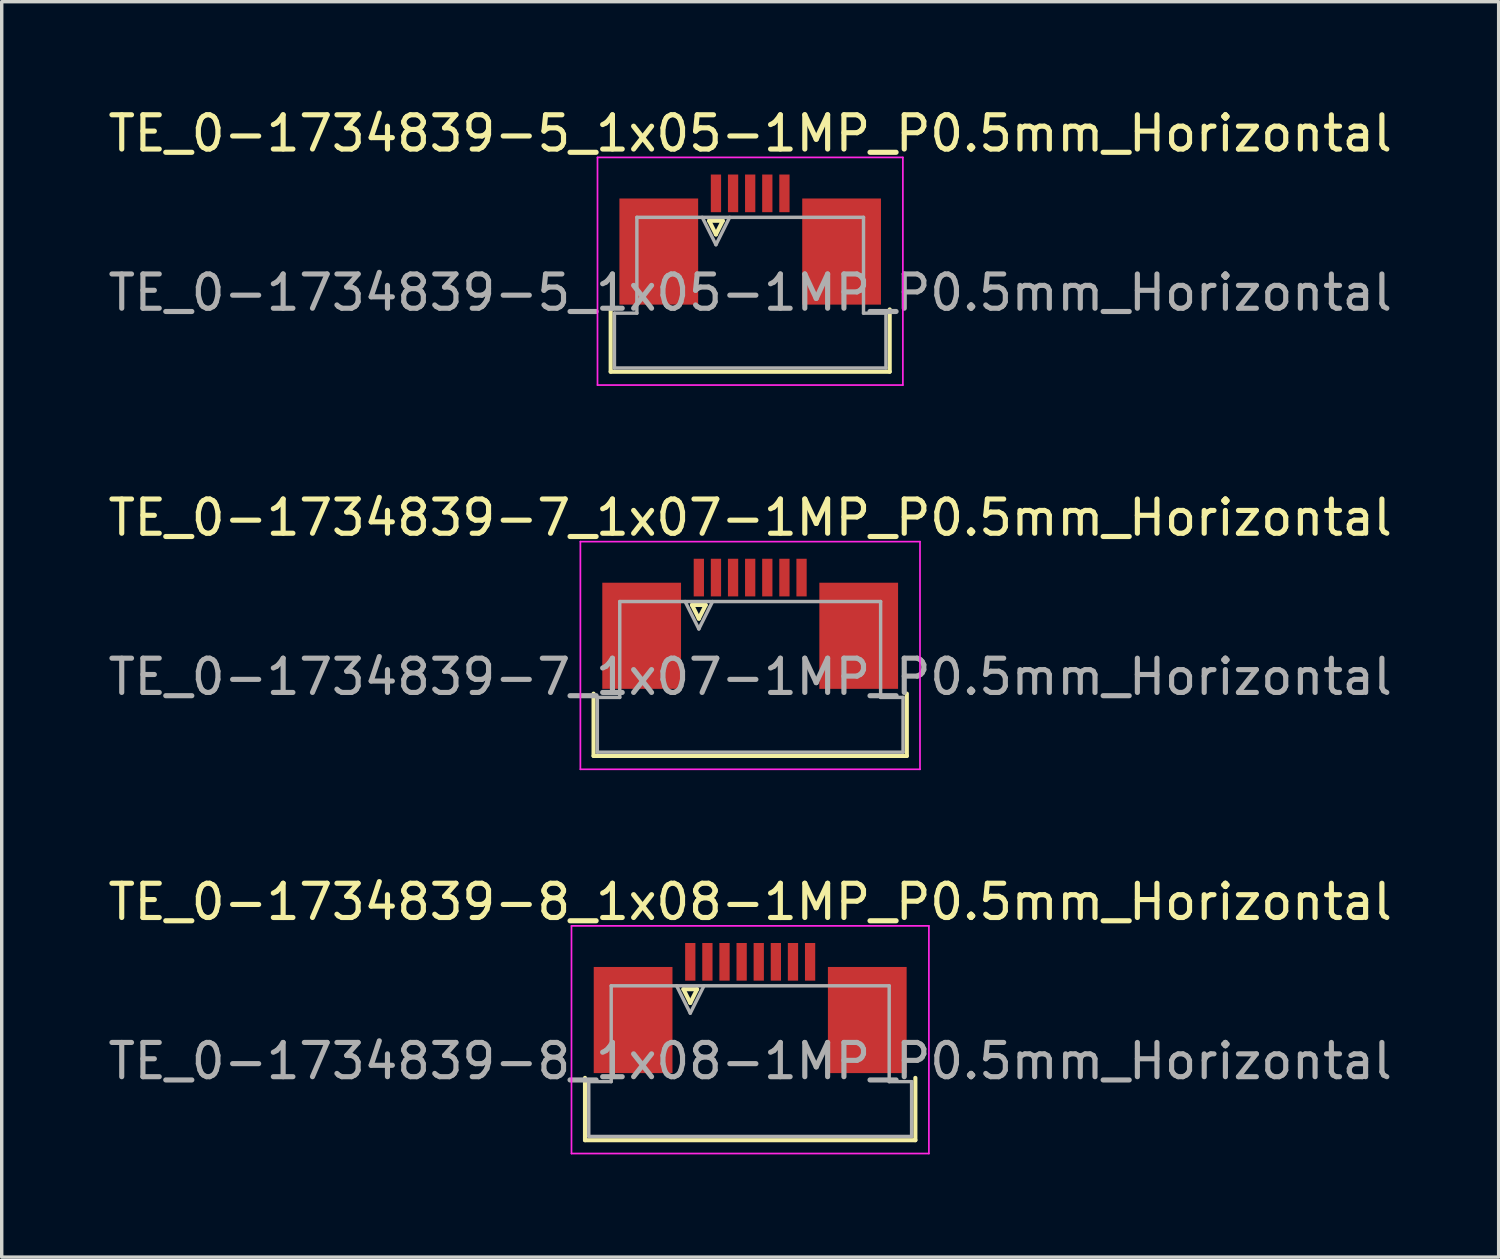
<source format=kicad_pcb>
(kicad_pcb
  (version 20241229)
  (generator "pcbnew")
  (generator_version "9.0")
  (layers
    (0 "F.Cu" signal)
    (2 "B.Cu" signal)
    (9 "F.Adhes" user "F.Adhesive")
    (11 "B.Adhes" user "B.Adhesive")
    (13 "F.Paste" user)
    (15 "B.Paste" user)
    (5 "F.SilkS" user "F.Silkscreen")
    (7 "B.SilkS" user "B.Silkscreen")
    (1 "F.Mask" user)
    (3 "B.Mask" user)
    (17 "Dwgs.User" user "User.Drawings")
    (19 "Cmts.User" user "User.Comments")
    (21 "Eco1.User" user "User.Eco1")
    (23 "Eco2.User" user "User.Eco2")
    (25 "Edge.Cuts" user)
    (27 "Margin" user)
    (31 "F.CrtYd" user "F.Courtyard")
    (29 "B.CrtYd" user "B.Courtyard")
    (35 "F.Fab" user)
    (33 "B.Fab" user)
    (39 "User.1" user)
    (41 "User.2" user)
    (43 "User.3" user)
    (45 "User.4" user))
  (footprint "TE_0-1734839-8_1x08-1MP_P0.5mm_Horizontal"
    (layer "F.Cu")
    (at 18.863 26.845)
    (property "Reference" "TE_0-1734839-8_1x08-1MP_P0.5mm_Horizontal" (at 0 -3.55 0) (layer "F.SilkS") (effects (font (size 1 1) (thickness 0.15))))
    (attr smd)
    (fp_line (start -4.825 3.41) (end -4.825 1.59) (stroke (width 0.12) (type solid)) (layer "F.SilkS"))
    (fp_line (start -1.95 -1) (end -1.75 -0.6) (stroke (width 0.12) (type solid)) (layer "F.SilkS"))
    (fp_line (start -1.75 -0.6) (end -1.55 -1) (stroke (width 0.12) (type solid)) (layer "F.SilkS"))
    (fp_line (start -1.55 -1) (end -1.95 -1) (stroke (width 0.12) (type solid)) (layer "F.SilkS"))
    (fp_line (start 4.825 1.59) (end 4.825 3.41) (stroke (width 0.12) (type solid)) (layer "F.SilkS"))
    (fp_line (start 4.825 3.41) (end -4.825 3.41) (stroke (width 0.12) (type solid)) (layer "F.SilkS"))
    (fp_line (start -5.22 -2.85) (end -5.22 3.8) (stroke (width 0.05) (type solid)) (layer "F.CrtYd"))
    (fp_line (start -5.22 3.8) (end 5.22 3.8) (stroke (width 0.05) (type solid)) (layer "F.CrtYd"))
    (fp_line (start 5.22 -2.85) (end -5.22 -2.85) (stroke (width 0.05) (type solid)) (layer "F.CrtYd"))
    (fp_line (start 5.22 3.8) (end 5.22 -2.85) (stroke (width 0.05) (type solid)) (layer "F.CrtYd"))
    (fp_line (start -4.715 1.7) (end -4.06 1.7) (stroke (width 0.1) (type solid)) (layer "F.Fab"))
    (fp_line (start -4.715 3.3) (end -4.715 1.7) (stroke (width 0.1) (type solid)) (layer "F.Fab"))
    (fp_line (start -4.06 -1.1) (end 4.06 -1.1) (stroke (width 0.1) (type solid)) (layer "F.Fab"))
    (fp_line (start -4.06 1.7) (end -4.06 -1.1) (stroke (width 0.1) (type solid)) (layer "F.Fab"))
    (fp_line (start -2.15 -1.1) (end -1.75 -0.3) (stroke (width 0.1) (type solid)) (layer "F.Fab"))
    (fp_line (start -1.75 -0.3) (end -1.35 -1.1) (stroke (width 0.1) (type solid)) (layer "F.Fab"))
    (fp_line (start 4.06 -1.1) (end 4.06 1.7) (stroke (width 0.1) (type solid)) (layer "F.Fab"))
    (fp_line (start 4.06 1.7) (end 4.715 1.7) (stroke (width 0.1) (type solid)) (layer "F.Fab"))
    (fp_line (start 4.715 1.7) (end 4.715 3.3) (stroke (width 0.1) (type solid)) (layer "F.Fab"))
    (fp_line (start 4.715 3.3) (end -4.715 3.3) (stroke (width 0.1) (type solid)) (layer "F.Fab"))
    (fp_text user "${REFERENCE}" (at 0 1.1 0) (layer "F.Fab") (effects (font (size 1 1) (thickness 0.15))))
    (pad "1" smd rect (at -1.75 -1.8) (size 0.3 1.1) (layers "F.Cu" "F.Mask" "F.Paste"))
    (pad "2" smd rect (at -1.25 -1.8) (size 0.3 1.1) (layers "F.Cu" "F.Mask" "F.Paste"))
    (pad "3" smd rect (at -0.75 -1.8) (size 0.3 1.1) (layers "F.Cu" "F.Mask" "F.Paste"))
    (pad "4" smd rect (at -0.25 -1.8) (size 0.3 1.1) (layers "F.Cu" "F.Mask" "F.Paste"))
    (pad "5" smd rect (at 0.25 -1.8) (size 0.3 1.1) (layers "F.Cu" "F.Mask" "F.Paste"))
    (pad "6" smd rect (at 0.75 -1.8) (size 0.3 1.1) (layers "F.Cu" "F.Mask" "F.Paste"))
    (pad "7" smd rect (at 1.25 -1.8) (size 0.3 1.1) (layers "F.Cu" "F.Mask" "F.Paste"))
    (pad "8" smd rect (at 1.75 -1.8) (size 0.3 1.1) (layers "F.Cu" "F.Mask" "F.Paste"))
    (pad "MP" smd rect (at -3.42 -0.1) (size 2.3 3.1) (layers "F.Cu" "F.Mask" "F.Paste"))
    (pad "MP" smd rect (at 3.42 -0.1) (size 2.3 3.1) (layers "F.Cu" "F.Mask" "F.Paste")))
  (footprint "TE_0-1734839-7_1x07-1MP_P0.5mm_Horizontal"
    (layer "F.Cu")
    (at 18.863 15.171)
    (property "Reference" "TE_0-1734839-7_1x07-1MP_P0.5mm_Horizontal" (at 0 -3.1 0) (layer "F.SilkS") (effects (font (size 1 1) (thickness 0.15))))
    (attr smd)
    (fp_line (start -4.575 3.86) (end -4.575 2.04) (stroke (width 0.12) (type solid)) (layer "F.SilkS"))
    (fp_line (start -1.7 -0.55) (end -1.5 -0.15) (stroke (width 0.12) (type solid)) (layer "F.SilkS"))
    (fp_line (start -1.5 -0.15) (end -1.3 -0.55) (stroke (width 0.12) (type solid)) (layer "F.SilkS"))
    (fp_line (start -1.3 -0.55) (end -1.7 -0.55) (stroke (width 0.12) (type solid)) (layer "F.SilkS"))
    (fp_line (start 4.575 2.04) (end 4.575 3.86) (stroke (width 0.12) (type solid)) (layer "F.SilkS"))
    (fp_line (start 4.575 3.86) (end -4.575 3.86) (stroke (width 0.12) (type solid)) (layer "F.SilkS"))
    (fp_line (start -4.96 -2.4) (end -4.96 4.25) (stroke (width 0.05) (type solid)) (layer "F.CrtYd"))
    (fp_line (start -4.96 4.25) (end 4.96 4.25) (stroke (width 0.05) (type solid)) (layer "F.CrtYd"))
    (fp_line (start 4.96 -2.4) (end -4.96 -2.4) (stroke (width 0.05) (type solid)) (layer "F.CrtYd"))
    (fp_line (start 4.96 4.25) (end 4.96 -2.4) (stroke (width 0.05) (type solid)) (layer "F.CrtYd"))
    (fp_line (start -4.465 2.15) (end -3.81 2.15) (stroke (width 0.1) (type solid)) (layer "F.Fab"))
    (fp_line (start -4.465 3.75) (end -4.465 2.15) (stroke (width 0.1) (type solid)) (layer "F.Fab"))
    (fp_line (start -3.81 -0.65) (end 3.81 -0.65) (stroke (width 0.1) (type solid)) (layer "F.Fab"))
    (fp_line (start -3.81 2.15) (end -3.81 -0.65) (stroke (width 0.1) (type solid)) (layer "F.Fab"))
    (fp_line (start -1.9 -0.65) (end -1.5 0.15) (stroke (width 0.1) (type solid)) (layer "F.Fab"))
    (fp_line (start -1.5 0.15) (end -1.1 -0.65) (stroke (width 0.1) (type solid)) (layer "F.Fab"))
    (fp_line (start 3.81 -0.65) (end 3.81 2.15) (stroke (width 0.1) (type solid)) (layer "F.Fab"))
    (fp_line (start 3.81 2.15) (end 4.465 2.15) (stroke (width 0.1) (type solid)) (layer "F.Fab"))
    (fp_line (start 4.465 2.15) (end 4.465 3.75) (stroke (width 0.1) (type solid)) (layer "F.Fab"))
    (fp_line (start 4.465 3.75) (end -4.465 3.75) (stroke (width 0.1) (type solid)) (layer "F.Fab"))
    (fp_text user "${REFERENCE}" (at 0 1.55 0) (layer "F.Fab") (effects (font (size 1 1) (thickness 0.15))))
    (pad "1" smd rect (at -1.5 -1.35) (size 0.3 1.1) (layers "F.Cu" "F.Mask" "F.Paste"))
    (pad "2" smd rect (at -1 -1.35) (size 0.3 1.1) (layers "F.Cu" "F.Mask" "F.Paste"))
    (pad "3" smd rect (at -0.5 -1.35) (size 0.3 1.1) (layers "F.Cu" "F.Mask" "F.Paste"))
    (pad "4" smd rect (at 0 -1.35) (size 0.3 1.1) (layers "F.Cu" "F.Mask" "F.Paste"))
    (pad "5" smd rect (at 0.5 -1.35) (size 0.3 1.1) (layers "F.Cu" "F.Mask" "F.Paste"))
    (pad "6" smd rect (at 1 -1.35) (size 0.3 1.1) (layers "F.Cu" "F.Mask" "F.Paste"))
    (pad "7" smd rect (at 1.5 -1.35) (size 0.3 1.1) (layers "F.Cu" "F.Mask" "F.Paste"))
    (pad "MP" smd rect (at -3.17 0.35) (size 2.3 3.1) (layers "F.Cu" "F.Mask" "F.Paste"))
    (pad "MP" smd rect (at 3.17 0.35) (size 2.3 3.1) (layers "F.Cu" "F.Mask" "F.Paste")))
  (footprint "TE_0-1734839-5_1x05-1MP_P0.5mm_Horizontal"
    (layer "F.Cu")
    (at 18.863 3.948)
    (property "Reference" "TE_0-1734839-5_1x05-1MP_P0.5mm_Horizontal" (at 0 -3.1 0) (layer "F.SilkS") (effects (font (size 1 1) (thickness 0.15))))
    (attr smd)
    (fp_line (start -4.075 3.86) (end -4.075 2.04) (stroke (width 0.12) (type solid)) (layer "F.SilkS"))
    (fp_line (start -1.2 -0.55) (end -1 -0.15) (stroke (width 0.12) (type solid)) (layer "F.SilkS"))
    (fp_line (start -1 -0.15) (end -0.8 -0.55) (stroke (width 0.12) (type solid)) (layer "F.SilkS"))
    (fp_line (start -0.8 -0.55) (end -1.2 -0.55) (stroke (width 0.12) (type solid)) (layer "F.SilkS"))
    (fp_line (start 4.075 2.04) (end 4.075 3.86) (stroke (width 0.12) (type solid)) (layer "F.SilkS"))
    (fp_line (start 4.075 3.86) (end -4.075 3.86) (stroke (width 0.12) (type solid)) (layer "F.SilkS"))
    (fp_line (start -4.46 -2.4) (end -4.46 4.25) (stroke (width 0.05) (type solid)) (layer "F.CrtYd"))
    (fp_line (start -4.46 4.25) (end 4.46 4.25) (stroke (width 0.05) (type solid)) (layer "F.CrtYd"))
    (fp_line (start 4.46 -2.4) (end -4.46 -2.4) (stroke (width 0.05) (type solid)) (layer "F.CrtYd"))
    (fp_line (start 4.46 4.25) (end 4.46 -2.4) (stroke (width 0.05) (type solid)) (layer "F.CrtYd"))
    (fp_line (start -3.965 2.15) (end -3.31 2.15) (stroke (width 0.1) (type solid)) (layer "F.Fab"))
    (fp_line (start -3.965 3.75) (end -3.965 2.15) (stroke (width 0.1) (type solid)) (layer "F.Fab"))
    (fp_line (start -3.31 -0.65) (end 3.31 -0.65) (stroke (width 0.1) (type solid)) (layer "F.Fab"))
    (fp_line (start -3.31 2.15) (end -3.31 -0.65) (stroke (width 0.1) (type solid)) (layer "F.Fab"))
    (fp_line (start -1.4 -0.65) (end -1 0.15) (stroke (width 0.1) (type solid)) (layer "F.Fab"))
    (fp_line (start -1 0.15) (end -0.6 -0.65) (stroke (width 0.1) (type solid)) (layer "F.Fab"))
    (fp_line (start 3.31 -0.65) (end 3.31 2.15) (stroke (width 0.1) (type solid)) (layer "F.Fab"))
    (fp_line (start 3.31 2.15) (end 3.965 2.15) (stroke (width 0.1) (type solid)) (layer "F.Fab"))
    (fp_line (start 3.965 2.15) (end 3.965 3.75) (stroke (width 0.1) (type solid)) (layer "F.Fab"))
    (fp_line (start 3.965 3.75) (end -3.965 3.75) (stroke (width 0.1) (type solid)) (layer "F.Fab"))
    (fp_text user "${REFERENCE}" (at 0 1.55 0) (layer "F.Fab") (effects (font (size 1 1) (thickness 0.15))))
    (pad "1" smd rect (at -1 -1.35) (size 0.3 1.1) (layers "F.Cu" "F.Mask" "F.Paste"))
    (pad "2" smd rect (at -0.5 -1.35) (size 0.3 1.1) (layers "F.Cu" "F.Mask" "F.Paste"))
    (pad "3" smd rect (at 0 -1.35) (size 0.3 1.1) (layers "F.Cu" "F.Mask" "F.Paste"))
    (pad "4" smd rect (at 0.5 -1.35) (size 0.3 1.1) (layers "F.Cu" "F.Mask" "F.Paste"))
    (pad "5" smd rect (at 1 -1.35) (size 0.3 1.1) (layers "F.Cu" "F.Mask" "F.Paste"))
    (pad "MP" smd rect (at -2.67 0.35) (size 2.3 3.1) (layers "F.Cu" "F.Mask" "F.Paste"))
    (pad "MP" smd rect (at 2.67 0.35) (size 2.3 3.1) (layers "F.Cu" "F.Mask" "F.Paste")))
  (gr_rect
    (start -3 -3)
    (end 40.726 33.67)
    (stroke (width 0.1) (type default))
    (fill no)
    (layer "Edge.Cuts")))
</source>
